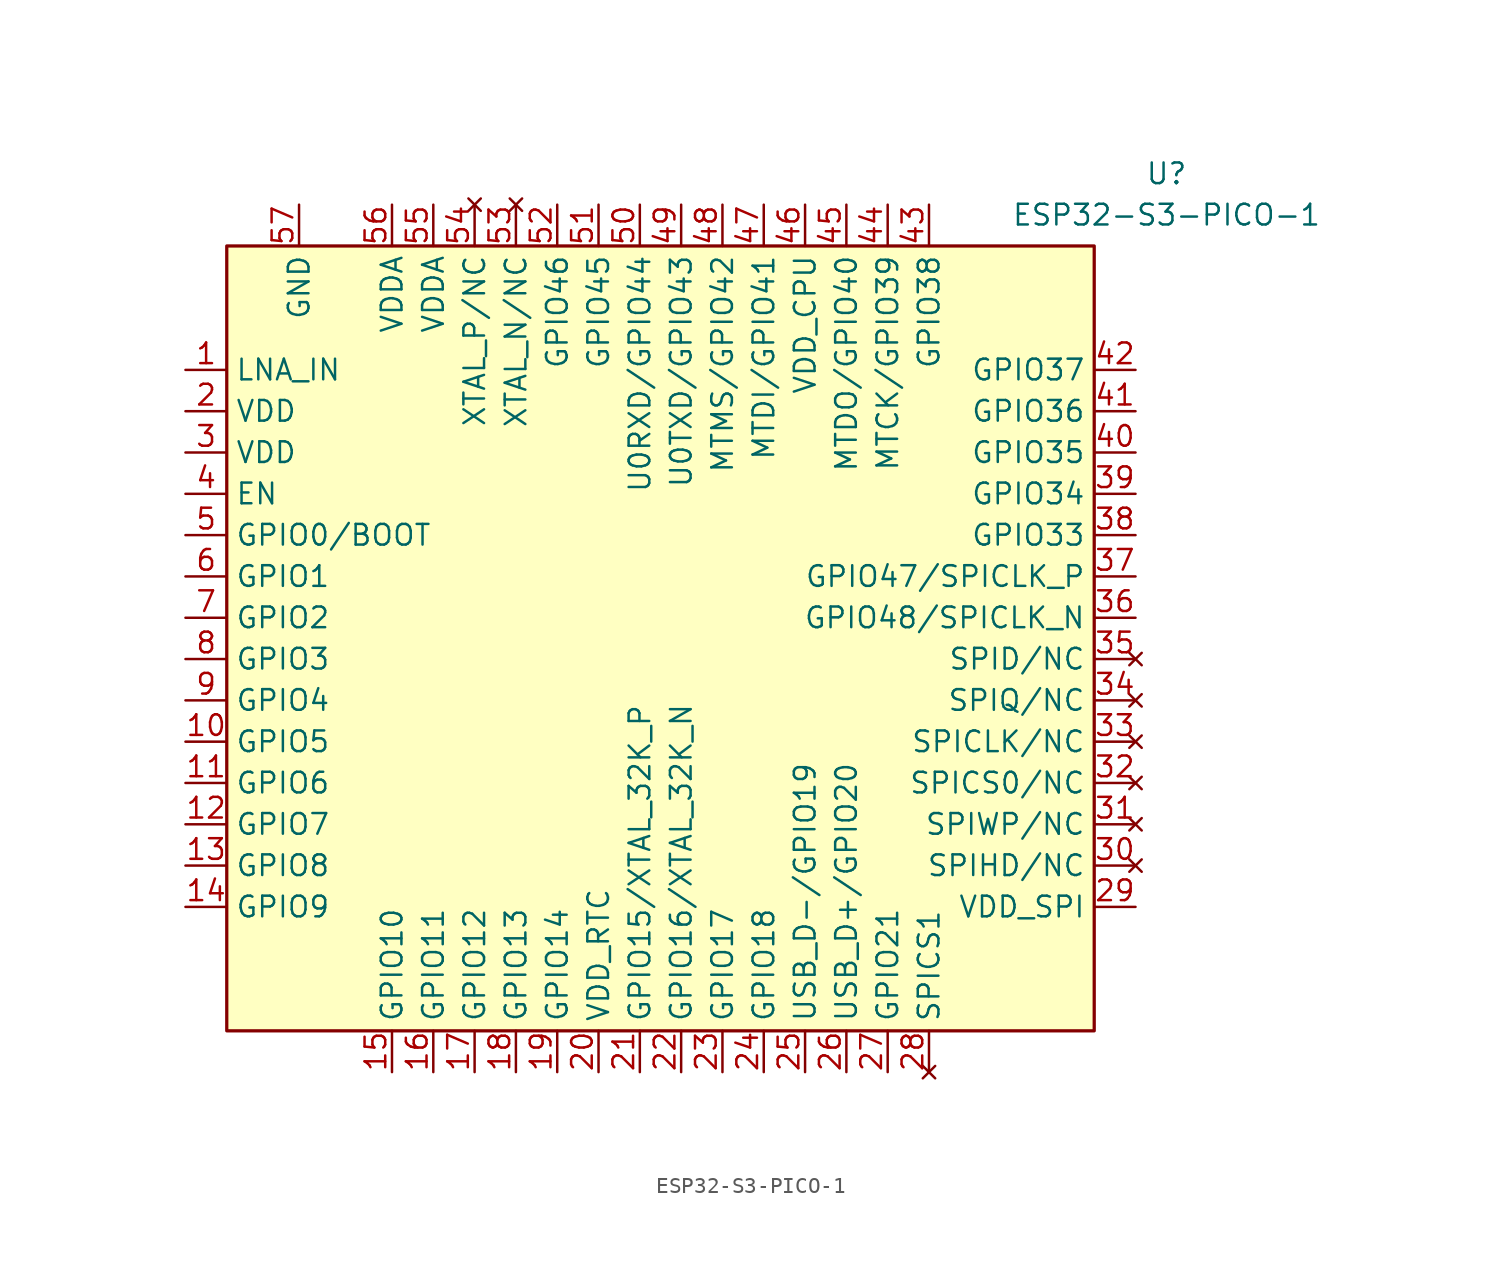
<source format=kicad_sym>
(kicad_symbol_lib
  (version 20220914)
  (generator kicad_symbol_editor)
  (symbol "ESP32-S3-PICO-1"
    (property "Reference" "U"
      (at 57.785 4.445 0)
      (effects (font (size 1.27 1.27))))
    (property "Value" "ESP32-S3-PICO-1"
      (at 57.785 1.905 0)
      (effects (font (size 1.27 1.27))))
    (symbol "ESP32-S3-PICO-1_1_1"
      (rectangle (start 0 0) (end 53.34 -48.26) (stroke (width 0.2) (type default)) (fill (type background)))
      (pin passive line (at -2.54 -7.62 0) (length 2.54) (name "LNA_IN" (effects (font (size 1.27 1.27)))) (number "1" (effects (font (size 1.27 1.27)))))
      (pin passive line (at -2.54 -30.48 0) (length 2.54) (name "GPIO5" (effects (font (size 1.27 1.27)))) (number "10" (effects (font (size 1.27 1.27)))))
      (pin passive line (at -2.54 -33.02 0) (length 2.54) (name "GPIO6" (effects (font (size 1.27 1.27)))) (number "11" (effects (font (size 1.27 1.27)))))
      (pin passive line (at -2.54 -35.56 0) (length 2.54) (name "GPIO7" (effects (font (size 1.27 1.27)))) (number "12" (effects (font (size 1.27 1.27)))))
      (pin passive line (at -2.54 -38.1 0) (length 2.54) (name "GPIO8" (effects (font (size 1.27 1.27)))) (number "13" (effects (font (size 1.27 1.27)))))
      (pin passive line (at -2.54 -40.64 0) (length 2.54) (name "GPIO9" (effects (font (size 1.27 1.27)))) (number "14" (effects (font (size 1.27 1.27)))))
      (pin passive line (at 10.16 -50.8 90) (length 2.54) (name "GPIO10" (effects (font (size 1.27 1.27)))) (number "15" (effects (font (size 1.27 1.27)))))
      (pin passive line (at 12.7 -50.8 90) (length 2.54) (name "GPIO11" (effects (font (size 1.27 1.27)))) (number "16" (effects (font (size 1.27 1.27)))))
      (pin passive line (at 15.24 -50.8 90) (length 2.54) (name "GPIO12" (effects (font (size 1.27 1.27)))) (number "17" (effects (font (size 1.27 1.27)))))
      (pin passive line (at 17.78 -50.8 90) (length 2.54) (name "GPIO13" (effects (font (size 1.27 1.27)))) (number "18" (effects (font (size 1.27 1.27)))))
      (pin passive line (at 20.32 -50.8 90) (length 2.54) (name "GPIO14" (effects (font (size 1.27 1.27)))) (number "19" (effects (font (size 1.27 1.27)))))
      (pin power_in line (at -2.54 -10.16 0) (length 2.54) (name "VDD" (effects (font (size 1.27 1.27)))) (number "2" (effects (font (size 1.27 1.27)))))
      (pin power_in line (at 22.86 -50.8 90) (length 2.54) (name "VDD_RTC" (effects (font (size 1.27 1.27)))) (number "20" (effects (font (size 1.27 1.27)))))
      (pin passive line (at 25.4 -50.8 90) (length 2.54) (name "GPIO15/XTAL_32K_P" (effects (font (size 1.27 1.27)))) (number "21" (effects (font (size 1.27 1.27)))))
      (pin passive line (at 27.94 -50.8 90) (length 2.54) (name "GPIO16/XTAL_32K_N" (effects (font (size 1.27 1.27)))) (number "22" (effects (font (size 1.27 1.27)))))
      (pin passive line (at 30.48 -50.8 90) (length 2.54) (name "GPIO17" (effects (font (size 1.27 1.27)))) (number "23" (effects (font (size 1.27 1.27)))))
      (pin passive line (at 33.02 -50.8 90) (length 2.54) (name "GPIO18" (effects (font (size 1.27 1.27)))) (number "24" (effects (font (size 1.27 1.27)))))
      (pin passive line (at 35.56 -50.8 90) (length 2.54) (name "USB_D-/GPIO19" (effects (font (size 1.27 1.27)))) (number "25" (effects (font (size 1.27 1.27)))))
      (pin passive line (at 38.1 -50.8 90) (length 2.54) (name "USB_D+/GPIO20" (effects (font (size 1.27 1.27)))) (number "26" (effects (font (size 1.27 1.27)))))
      (pin passive line (at 40.64 -50.8 90) (length 2.54) (name "GPIO21" (effects (font (size 1.27 1.27)))) (number "27" (effects (font (size 1.27 1.27)))))
      (pin no_connect line (at 43.18 -50.8 90) (length 2.54) (name "SPICS1" (effects (font (size 1.27 1.27)))) (number "28" (effects (font (size 1.27 1.27)))))
      (pin power_out line (at 55.88 -40.64 180) (length 2.54) (name "VDD_SPI" (effects (font (size 1.27 1.27)))) (number "29" (effects (font (size 1.27 1.27)))))
      (pin power_in line (at -2.54 -12.7 0) (length 2.54) (name "VDD" (effects (font (size 1.27 1.27)))) (number "3" (effects (font (size 1.27 1.27)))))
      (pin no_connect line (at 55.88 -38.1 180) (length 2.54) (name "SPIHD/NC" (effects (font (size 1.27 1.27)))) (number "30" (effects (font (size 1.27 1.27)))))
      (pin no_connect line (at 55.88 -35.56 180) (length 2.54) (name "SPIWP/NC" (effects (font (size 1.27 1.27)))) (number "31" (effects (font (size 1.27 1.27)))))
      (pin no_connect line (at 55.88 -33.02 180) (length 2.54) (name "SPICS0/NC" (effects (font (size 1.27 1.27)))) (number "32" (effects (font (size 1.27 1.27)))))
      (pin no_connect line (at 55.88 -30.48 180) (length 2.54) (name "SPICLK/NC" (effects (font (size 1.27 1.27)))) (number "33" (effects (font (size 1.27 1.27)))))
      (pin no_connect line (at 55.88 -27.94 180) (length 2.54) (name "SPIQ/NC" (effects (font (size 1.27 1.27)))) (number "34" (effects (font (size 1.27 1.27)))))
      (pin no_connect line (at 55.88 -25.4 180) (length 2.54) (name "SPID/NC" (effects (font (size 1.27 1.27)))) (number "35" (effects (font (size 1.27 1.27)))))
      (pin passive line (at 55.88 -22.86 180) (length 2.54) (name "GPIO48/SPICLK_N" (effects (font (size 1.27 1.27)))) (number "36" (effects (font (size 1.27 1.27)))))
      (pin passive line (at 55.88 -20.32 180) (length 2.54) (name "GPIO47/SPICLK_P" (effects (font (size 1.27 1.27)))) (number "37" (effects (font (size 1.27 1.27)))))
      (pin passive line (at 55.88 -17.78 180) (length 2.54) (name "GPIO33" (effects (font (size 1.27 1.27)))) (number "38" (effects (font (size 1.27 1.27)))))
      (pin passive line (at 55.88 -15.24 180) (length 2.54) (name "GPIO34" (effects (font (size 1.27 1.27)))) (number "39" (effects (font (size 1.27 1.27)))))
      (pin passive line (at -2.54 -15.24 0) (length 2.54) (name "EN" (effects (font (size 1.27 1.27)))) (number "4" (effects (font (size 1.27 1.27)))))
      (pin passive line (at 55.88 -12.7 180) (length 2.54) (name "GPIO35" (effects (font (size 1.27 1.27)))) (number "40" (effects (font (size 1.27 1.27)))))
      (pin passive line (at 55.88 -10.16 180) (length 2.54) (name "GPIO36" (effects (font (size 1.27 1.27)))) (number "41" (effects (font (size 1.27 1.27)))))
      (pin passive line (at 55.88 -7.62 180) (length 2.54) (name "GPIO37" (effects (font (size 1.27 1.27)))) (number "42" (effects (font (size 1.27 1.27)))))
      (pin passive line (at 43.18 2.54 270) (length 2.54) (name "GPIO38" (effects (font (size 1.27 1.27)))) (number "43" (effects (font (size 1.27 1.27)))))
      (pin passive line (at 40.64 2.54 270) (length 2.54) (name "MTCK/GPIO39" (effects (font (size 1.27 1.27)))) (number "44" (effects (font (size 1.27 1.27)))))
      (pin passive line (at 38.1 2.54 270) (length 2.54) (name "MTDO/GPIO40" (effects (font (size 1.27 1.27)))) (number "45" (effects (font (size 1.27 1.27)))))
      (pin power_in line (at 35.56 2.54 270) (length 2.54) (name "VDD_CPU" (effects (font (size 1.27 1.27)))) (number "46" (effects (font (size 1.27 1.27)))))
      (pin passive line (at 33.02 2.54 270) (length 2.54) (name "MTDI/GPIO41" (effects (font (size 1.27 1.27)))) (number "47" (effects (font (size 1.27 1.27)))))
      (pin passive line (at 30.48 2.54 270) (length 2.54) (name "MTMS/GPIO42" (effects (font (size 1.27 1.27)))) (number "48" (effects (font (size 1.27 1.27)))))
      (pin passive line (at 27.94 2.54 270) (length 2.54) (name "U0TXD/GPIO43" (effects (font (size 1.27 1.27)))) (number "49" (effects (font (size 1.27 1.27)))))
      (pin passive line (at -2.54 -17.78 0) (length 2.54) (name "GPIO0/BOOT" (effects (font (size 1.27 1.27)))) (number "5" (effects (font (size 1.27 1.27)))))
      (pin passive line (at 25.4 2.54 270) (length 2.54) (name "U0RXD/GPIO44" (effects (font (size 1.27 1.27)))) (number "50" (effects (font (size 1.27 1.27)))))
      (pin passive line (at 22.86 2.54 270) (length 2.54) (name "GPIO45" (effects (font (size 1.27 1.27)))) (number "51" (effects (font (size 1.27 1.27)))))
      (pin passive line (at 20.32 2.54 270) (length 2.54) (name "GPIO46" (effects (font (size 1.27 1.27)))) (number "52" (effects (font (size 1.27 1.27)))))
      (pin no_connect line (at 17.78 2.54 270) (length 2.54) (name "XTAL_N/NC" (effects (font (size 1.27 1.27)))) (number "53" (effects (font (size 1.27 1.27)))))
      (pin no_connect line (at 15.24 2.54 270) (length 2.54) (name "XTAL_P/NC" (effects (font (size 1.27 1.27)))) (number "54" (effects (font (size 1.27 1.27)))))
      (pin power_in line (at 12.7 2.54 270) (length 2.54) (name "VDDA" (effects (font (size 1.27 1.27)))) (number "55" (effects (font (size 1.27 1.27)))))
      (pin power_in line (at 10.16 2.54 270) (length 2.54) (name "VDDA" (effects (font (size 1.27 1.27)))) (number "56" (effects (font (size 1.27 1.27)))))
      (pin power_in line (at 4.445 2.54 270) (length 2.54) (name "GND" (effects (font (size 1.27 1.27)))) (number "57" (effects (font (size 1.27 1.27)))))
      (pin passive line (at -2.54 -20.32 0) (length 2.54) (name "GPIO1" (effects (font (size 1.27 1.27)))) (number "6" (effects (font (size 1.27 1.27)))))
      (pin passive line (at -2.54 -22.86 0) (length 2.54) (name "GPIO2" (effects (font (size 1.27 1.27)))) (number "7" (effects (font (size 1.27 1.27)))))
      (pin passive line (at -2.54 -25.4 0) (length 2.54) (name "GPIO3" (effects (font (size 1.27 1.27)))) (number "8" (effects (font (size 1.27 1.27)))))
      (pin passive line (at -2.54 -27.94 0) (length 2.54) (name "GPIO4" (effects (font (size 1.27 1.27)))) (number "9" (effects (font (size 1.27 1.27))))))))
</source>
